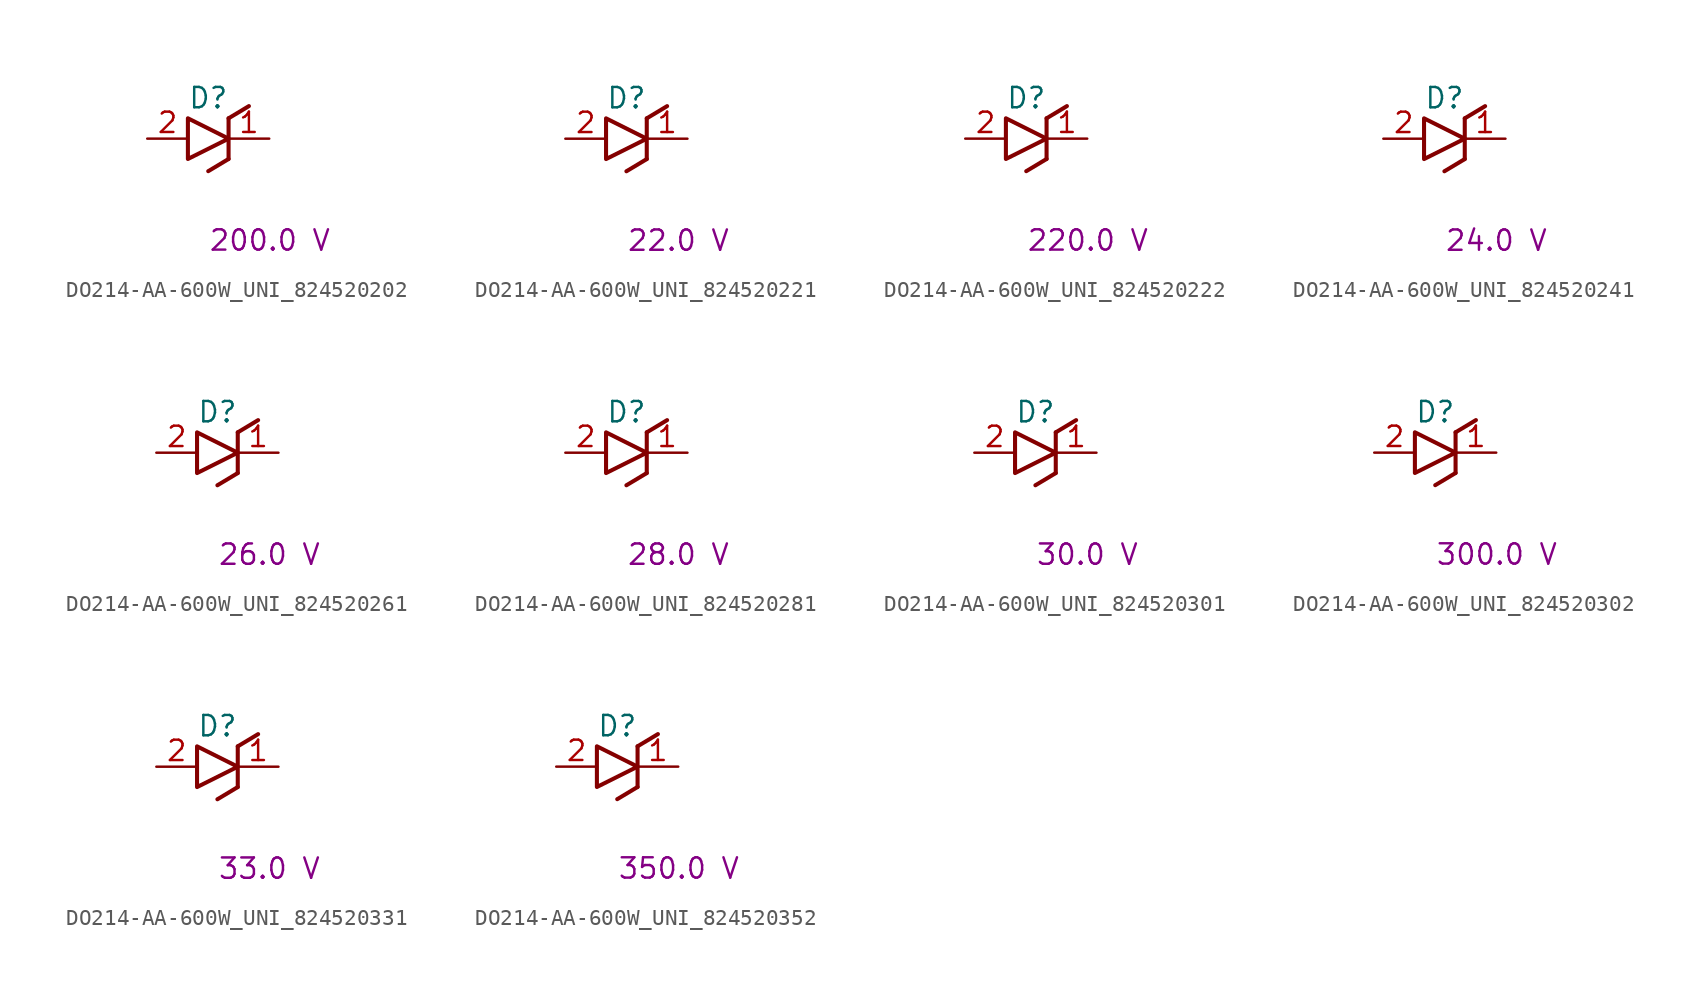
<source format=kicad_sym>
(kicad_symbol_lib
  (version 20220914)
  (generator kicad_symbol_editor)
  (symbol "DO214-AA-600W_UNI_824520202"
    (pin_names hide)
    (property "Reference" "D"
      (at 0 2.54 0)
      (effects (font (size 1.27 1.27))))
    (property "Critical Parameter" "200.0 V"
      (at 0 -6.35 0)
      (effects (font (size 1.27 1.27)) (justify left)))
    (symbol "DO214-AA-600W_UNI_824520202_1_1"
      (polyline (pts (xy 1.27 -1.27) (xy 0 -2.032)) (stroke (width 0.254) (type default)) (fill (type none)))
      (polyline (pts (xy 1.27 1.27) (xy 1.27 -1.27)) (stroke (width 0.254) (type default)) (fill (type none)))
      (polyline (pts (xy 1.27 1.27) (xy 2.54 2.032)) (stroke (width 0.254) (type default)) (fill (type none)))
      (polyline (pts (xy -1.27 1.27) (xy -1.27 -1.27) (xy 1.27 0) (xy -1.27 1.27)) (stroke (width 0.254) (type default)) (fill (type none)))
      (pin passive line (at -3.81 0 0) (length 2.54) (name "Anode" (effects (font (size 1.27 1.27)))) (number "2" (effects (font (size 1.27 1.27)))))
      (pin passive line (at 3.81 0 180) (length 2.54) (name "Cathode" (effects (font (size 1.27 1.27)))) (number "1" (effects (font (size 1.27 1.27)))))))
  (symbol "DO214-AA-600W_UNI_824520221"
    (pin_names hide)
    (property "Reference" "D"
      (at 0 2.54 0)
      (effects (font (size 1.27 1.27))))
    (property "Critical Parameter" "22.0 V"
      (at 0 -6.35 0)
      (effects (font (size 1.27 1.27)) (justify left)))
    (symbol "DO214-AA-600W_UNI_824520221_1_1"
      (polyline (pts (xy 1.27 -1.27) (xy 0 -2.032)) (stroke (width 0.254) (type default)) (fill (type none)))
      (polyline (pts (xy 1.27 1.27) (xy 1.27 -1.27)) (stroke (width 0.254) (type default)) (fill (type none)))
      (polyline (pts (xy 1.27 1.27) (xy 2.54 2.032)) (stroke (width 0.254) (type default)) (fill (type none)))
      (polyline (pts (xy -1.27 1.27) (xy -1.27 -1.27) (xy 1.27 0) (xy -1.27 1.27)) (stroke (width 0.254) (type default)) (fill (type none)))
      (pin passive line (at -3.81 0 0) (length 2.54) (name "Anode" (effects (font (size 1.27 1.27)))) (number "2" (effects (font (size 1.27 1.27)))))
      (pin passive line (at 3.81 0 180) (length 2.54) (name "Cathode" (effects (font (size 1.27 1.27)))) (number "1" (effects (font (size 1.27 1.27)))))))
  (symbol "DO214-AA-600W_UNI_824520222"
    (pin_names hide)
    (property "Reference" "D"
      (at 0 2.54 0)
      (effects (font (size 1.27 1.27))))
    (property "Critical Parameter" "220.0 V"
      (at 0 -6.35 0)
      (effects (font (size 1.27 1.27)) (justify left)))
    (symbol "DO214-AA-600W_UNI_824520222_1_1"
      (polyline (pts (xy 1.27 -1.27) (xy 0 -2.032)) (stroke (width 0.254) (type default)) (fill (type none)))
      (polyline (pts (xy 1.27 1.27) (xy 1.27 -1.27)) (stroke (width 0.254) (type default)) (fill (type none)))
      (polyline (pts (xy 1.27 1.27) (xy 2.54 2.032)) (stroke (width 0.254) (type default)) (fill (type none)))
      (polyline (pts (xy -1.27 1.27) (xy -1.27 -1.27) (xy 1.27 0) (xy -1.27 1.27)) (stroke (width 0.254) (type default)) (fill (type none)))
      (pin passive line (at -3.81 0 0) (length 2.54) (name "Anode" (effects (font (size 1.27 1.27)))) (number "2" (effects (font (size 1.27 1.27)))))
      (pin passive line (at 3.81 0 180) (length 2.54) (name "Cathode" (effects (font (size 1.27 1.27)))) (number "1" (effects (font (size 1.27 1.27)))))))
  (symbol "DO214-AA-600W_UNI_824520241"
    (pin_names hide)
    (property "Reference" "D"
      (at 0 2.54 0)
      (effects (font (size 1.27 1.27))))
    (property "Critical Parameter" "24.0 V"
      (at 0 -6.35 0)
      (effects (font (size 1.27 1.27)) (justify left)))
    (symbol "DO214-AA-600W_UNI_824520241_1_1"
      (polyline (pts (xy 1.27 -1.27) (xy 0 -2.032)) (stroke (width 0.254) (type default)) (fill (type none)))
      (polyline (pts (xy 1.27 1.27) (xy 1.27 -1.27)) (stroke (width 0.254) (type default)) (fill (type none)))
      (polyline (pts (xy 1.27 1.27) (xy 2.54 2.032)) (stroke (width 0.254) (type default)) (fill (type none)))
      (polyline (pts (xy -1.27 1.27) (xy -1.27 -1.27) (xy 1.27 0) (xy -1.27 1.27)) (stroke (width 0.254) (type default)) (fill (type none)))
      (pin passive line (at -3.81 0 0) (length 2.54) (name "Anode" (effects (font (size 1.27 1.27)))) (number "2" (effects (font (size 1.27 1.27)))))
      (pin passive line (at 3.81 0 180) (length 2.54) (name "Cathode" (effects (font (size 1.27 1.27)))) (number "1" (effects (font (size 1.27 1.27)))))))
  (symbol "DO214-AA-600W_UNI_824520261"
    (pin_names hide)
    (property "Reference" "D"
      (at 0 2.54 0)
      (effects (font (size 1.27 1.27))))
    (property "Critical Parameter" "26.0 V"
      (at 0 -6.35 0)
      (effects (font (size 1.27 1.27)) (justify left)))
    (symbol "DO214-AA-600W_UNI_824520261_1_1"
      (polyline (pts (xy 1.27 -1.27) (xy 0 -2.032)) (stroke (width 0.254) (type default)) (fill (type none)))
      (polyline (pts (xy 1.27 1.27) (xy 1.27 -1.27)) (stroke (width 0.254) (type default)) (fill (type none)))
      (polyline (pts (xy 1.27 1.27) (xy 2.54 2.032)) (stroke (width 0.254) (type default)) (fill (type none)))
      (polyline (pts (xy -1.27 1.27) (xy -1.27 -1.27) (xy 1.27 0) (xy -1.27 1.27)) (stroke (width 0.254) (type default)) (fill (type none)))
      (pin passive line (at -3.81 0 0) (length 2.54) (name "Anode" (effects (font (size 1.27 1.27)))) (number "2" (effects (font (size 1.27 1.27)))))
      (pin passive line (at 3.81 0 180) (length 2.54) (name "Cathode" (effects (font (size 1.27 1.27)))) (number "1" (effects (font (size 1.27 1.27)))))))
  (symbol "DO214-AA-600W_UNI_824520281"
    (pin_names hide)
    (property "Reference" "D"
      (at 0 2.54 0)
      (effects (font (size 1.27 1.27))))
    (property "Critical Parameter" "28.0 V"
      (at 0 -6.35 0)
      (effects (font (size 1.27 1.27)) (justify left)))
    (symbol "DO214-AA-600W_UNI_824520281_1_1"
      (polyline (pts (xy 1.27 -1.27) (xy 0 -2.032)) (stroke (width 0.254) (type default)) (fill (type none)))
      (polyline (pts (xy 1.27 1.27) (xy 1.27 -1.27)) (stroke (width 0.254) (type default)) (fill (type none)))
      (polyline (pts (xy 1.27 1.27) (xy 2.54 2.032)) (stroke (width 0.254) (type default)) (fill (type none)))
      (polyline (pts (xy -1.27 1.27) (xy -1.27 -1.27) (xy 1.27 0) (xy -1.27 1.27)) (stroke (width 0.254) (type default)) (fill (type none)))
      (pin passive line (at -3.81 0 0) (length 2.54) (name "Anode" (effects (font (size 1.27 1.27)))) (number "2" (effects (font (size 1.27 1.27)))))
      (pin passive line (at 3.81 0 180) (length 2.54) (name "Cathode" (effects (font (size 1.27 1.27)))) (number "1" (effects (font (size 1.27 1.27)))))))
  (symbol "DO214-AA-600W_UNI_824520301"
    (pin_names hide)
    (property "Reference" "D"
      (at 0 2.54 0)
      (effects (font (size 1.27 1.27))))
    (property "Critical Parameter" "30.0 V"
      (at 0 -6.35 0)
      (effects (font (size 1.27 1.27)) (justify left)))
    (symbol "DO214-AA-600W_UNI_824520301_1_1"
      (polyline (pts (xy 1.27 -1.27) (xy 0 -2.032)) (stroke (width 0.254) (type default)) (fill (type none)))
      (polyline (pts (xy 1.27 1.27) (xy 1.27 -1.27)) (stroke (width 0.254) (type default)) (fill (type none)))
      (polyline (pts (xy 1.27 1.27) (xy 2.54 2.032)) (stroke (width 0.254) (type default)) (fill (type none)))
      (polyline (pts (xy -1.27 1.27) (xy -1.27 -1.27) (xy 1.27 0) (xy -1.27 1.27)) (stroke (width 0.254) (type default)) (fill (type none)))
      (pin passive line (at -3.81 0 0) (length 2.54) (name "Anode" (effects (font (size 1.27 1.27)))) (number "2" (effects (font (size 1.27 1.27)))))
      (pin passive line (at 3.81 0 180) (length 2.54) (name "Cathode" (effects (font (size 1.27 1.27)))) (number "1" (effects (font (size 1.27 1.27)))))))
  (symbol "DO214-AA-600W_UNI_824520302"
    (pin_names hide)
    (property "Reference" "D"
      (at 0 2.54 0)
      (effects (font (size 1.27 1.27))))
    (property "Critical Parameter" "300.0 V"
      (at 0 -6.35 0)
      (effects (font (size 1.27 1.27)) (justify left)))
    (symbol "DO214-AA-600W_UNI_824520302_1_1"
      (polyline (pts (xy 1.27 -1.27) (xy 0 -2.032)) (stroke (width 0.254) (type default)) (fill (type none)))
      (polyline (pts (xy 1.27 1.27) (xy 1.27 -1.27)) (stroke (width 0.254) (type default)) (fill (type none)))
      (polyline (pts (xy 1.27 1.27) (xy 2.54 2.032)) (stroke (width 0.254) (type default)) (fill (type none)))
      (polyline (pts (xy -1.27 1.27) (xy -1.27 -1.27) (xy 1.27 0) (xy -1.27 1.27)) (stroke (width 0.254) (type default)) (fill (type none)))
      (pin passive line (at -3.81 0 0) (length 2.54) (name "Anode" (effects (font (size 1.27 1.27)))) (number "2" (effects (font (size 1.27 1.27)))))
      (pin passive line (at 3.81 0 180) (length 2.54) (name "Cathode" (effects (font (size 1.27 1.27)))) (number "1" (effects (font (size 1.27 1.27)))))))
  (symbol "DO214-AA-600W_UNI_824520331"
    (pin_names hide)
    (property "Reference" "D"
      (at 0 2.54 0)
      (effects (font (size 1.27 1.27))))
    (property "Critical Parameter" "33.0 V"
      (at 0 -6.35 0)
      (effects (font (size 1.27 1.27)) (justify left)))
    (symbol "DO214-AA-600W_UNI_824520331_1_1"
      (polyline (pts (xy 1.27 -1.27) (xy 0 -2.032)) (stroke (width 0.254) (type default)) (fill (type none)))
      (polyline (pts (xy 1.27 1.27) (xy 1.27 -1.27)) (stroke (width 0.254) (type default)) (fill (type none)))
      (polyline (pts (xy 1.27 1.27) (xy 2.54 2.032)) (stroke (width 0.254) (type default)) (fill (type none)))
      (polyline (pts (xy -1.27 1.27) (xy -1.27 -1.27) (xy 1.27 0) (xy -1.27 1.27)) (stroke (width 0.254) (type default)) (fill (type none)))
      (pin passive line (at -3.81 0 0) (length 2.54) (name "Anode" (effects (font (size 1.27 1.27)))) (number "2" (effects (font (size 1.27 1.27)))))
      (pin passive line (at 3.81 0 180) (length 2.54) (name "Cathode" (effects (font (size 1.27 1.27)))) (number "1" (effects (font (size 1.27 1.27)))))))
  (symbol "DO214-AA-600W_UNI_824520352"
    (pin_names hide)
    (property "Reference" "D"
      (at 0 2.54 0)
      (effects (font (size 1.27 1.27))))
    (property "Critical Parameter" "350.0 V"
      (at 0 -6.35 0)
      (effects (font (size 1.27 1.27)) (justify left)))
    (symbol "DO214-AA-600W_UNI_824520352_1_1"
      (polyline (pts (xy 1.27 -1.27) (xy 0 -2.032)) (stroke (width 0.254) (type default)) (fill (type none)))
      (polyline (pts (xy 1.27 1.27) (xy 1.27 -1.27)) (stroke (width 0.254) (type default)) (fill (type none)))
      (polyline (pts (xy 1.27 1.27) (xy 2.54 2.032)) (stroke (width 0.254) (type default)) (fill (type none)))
      (polyline (pts (xy -1.27 1.27) (xy -1.27 -1.27) (xy 1.27 0) (xy -1.27 1.27)) (stroke (width 0.254) (type default)) (fill (type none)))
      (pin passive line (at -3.81 0 0) (length 2.54) (name "Anode" (effects (font (size 1.27 1.27)))) (number "2" (effects (font (size 1.27 1.27)))))
      (pin passive line (at 3.81 0 180) (length 2.54) (name "Cathode" (effects (font (size 1.27 1.27)))) (number "1" (effects (font (size 1.27 1.27))))))))
</source>
